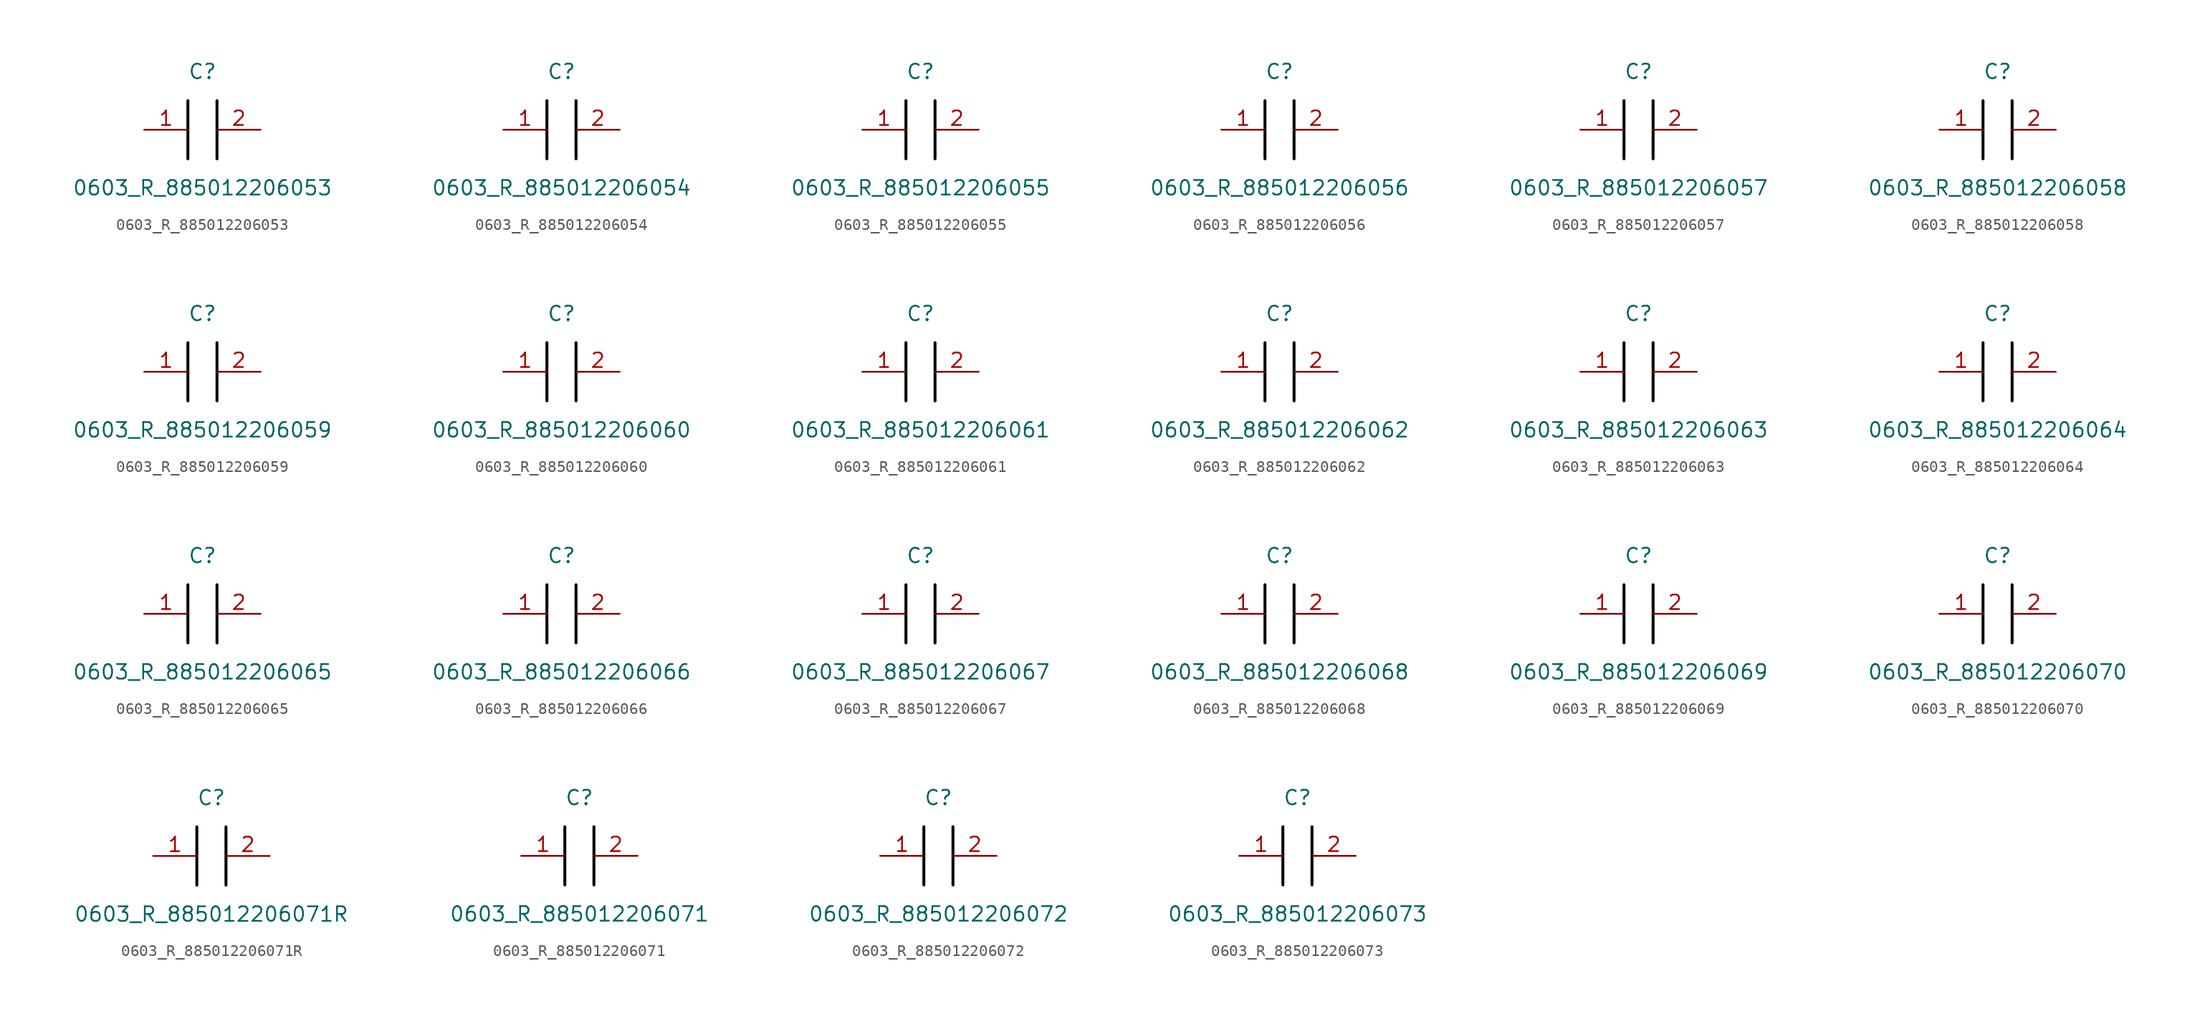
<source format=kicad_sym>
(kicad_symbol_lib
  (version 20220914)
  (generator kicad_symbol_editor)
  (symbol "0603_R_885012206053"
    (pin_names hide)
    (property "Reference" "C"
      (at 0 5.08 0)
      (effects (font (size 1.27 1.27))))
    (property "Value" "0603_R_885012206053"
      (at 0 -5.08 0)
      (effects (font (size 1.27 1.27))))
    (symbol "0603_R_885012206053_1_1"
      (polyline (pts (xy -1.27 2.54) (xy -1.27 -2.54)) (stroke (width 0.254) (type default) (color 0 0 0 1)) (fill (type none)))
      (polyline (pts (xy 1.27 2.54) (xy 1.27 -2.54)) (stroke (width 0.254) (type default) (color 0 0 0 1)) (fill (type none)))
      (pin passive line (at -5.08 0 0) (length 3.81) (name "1" (effects (font (size 1.27 1.27)))) (number "1" (effects (font (size 1.27 1.27)))))
      (pin passive line (at 5.08 0 180) (length 3.81) (name "2" (effects (font (size 1.27 1.27)))) (number "2" (effects (font (size 1.27 1.27)))))))
  (symbol "0603_R_885012206054"
    (pin_names hide)
    (property "Reference" "C"
      (at 0 5.08 0)
      (effects (font (size 1.27 1.27))))
    (property "Value" "0603_R_885012206054"
      (at 0 -5.08 0)
      (effects (font (size 1.27 1.27))))
    (symbol "0603_R_885012206054_1_1"
      (polyline (pts (xy -1.27 2.54) (xy -1.27 -2.54)) (stroke (width 0.254) (type default) (color 0 0 0 1)) (fill (type none)))
      (polyline (pts (xy 1.27 2.54) (xy 1.27 -2.54)) (stroke (width 0.254) (type default) (color 0 0 0 1)) (fill (type none)))
      (pin passive line (at -5.08 0 0) (length 3.81) (name "1" (effects (font (size 1.27 1.27)))) (number "1" (effects (font (size 1.27 1.27)))))
      (pin passive line (at 5.08 0 180) (length 3.81) (name "2" (effects (font (size 1.27 1.27)))) (number "2" (effects (font (size 1.27 1.27)))))))
  (symbol "0603_R_885012206055"
    (pin_names hide)
    (property "Reference" "C"
      (at 0 5.08 0)
      (effects (font (size 1.27 1.27))))
    (property "Value" "0603_R_885012206055"
      (at 0 -5.08 0)
      (effects (font (size 1.27 1.27))))
    (symbol "0603_R_885012206055_1_1"
      (polyline (pts (xy -1.27 2.54) (xy -1.27 -2.54)) (stroke (width 0.254) (type default) (color 0 0 0 1)) (fill (type none)))
      (polyline (pts (xy 1.27 2.54) (xy 1.27 -2.54)) (stroke (width 0.254) (type default) (color 0 0 0 1)) (fill (type none)))
      (pin passive line (at -5.08 0 0) (length 3.81) (name "1" (effects (font (size 1.27 1.27)))) (number "1" (effects (font (size 1.27 1.27)))))
      (pin passive line (at 5.08 0 180) (length 3.81) (name "2" (effects (font (size 1.27 1.27)))) (number "2" (effects (font (size 1.27 1.27)))))))
  (symbol "0603_R_885012206056"
    (pin_names hide)
    (property "Reference" "C"
      (at 0 5.08 0)
      (effects (font (size 1.27 1.27))))
    (property "Value" "0603_R_885012206056"
      (at 0 -5.08 0)
      (effects (font (size 1.27 1.27))))
    (symbol "0603_R_885012206056_1_1"
      (polyline (pts (xy -1.27 2.54) (xy -1.27 -2.54)) (stroke (width 0.254) (type default) (color 0 0 0 1)) (fill (type none)))
      (polyline (pts (xy 1.27 2.54) (xy 1.27 -2.54)) (stroke (width 0.254) (type default) (color 0 0 0 1)) (fill (type none)))
      (pin passive line (at -5.08 0 0) (length 3.81) (name "1" (effects (font (size 1.27 1.27)))) (number "1" (effects (font (size 1.27 1.27)))))
      (pin passive line (at 5.08 0 180) (length 3.81) (name "2" (effects (font (size 1.27 1.27)))) (number "2" (effects (font (size 1.27 1.27)))))))
  (symbol "0603_R_885012206057"
    (pin_names hide)
    (property "Reference" "C"
      (at 0 5.08 0)
      (effects (font (size 1.27 1.27))))
    (property "Value" "0603_R_885012206057"
      (at 0 -5.08 0)
      (effects (font (size 1.27 1.27))))
    (symbol "0603_R_885012206057_1_1"
      (polyline (pts (xy -1.27 2.54) (xy -1.27 -2.54)) (stroke (width 0.254) (type default) (color 0 0 0 1)) (fill (type none)))
      (polyline (pts (xy 1.27 2.54) (xy 1.27 -2.54)) (stroke (width 0.254) (type default) (color 0 0 0 1)) (fill (type none)))
      (pin passive line (at -5.08 0 0) (length 3.81) (name "1" (effects (font (size 1.27 1.27)))) (number "1" (effects (font (size 1.27 1.27)))))
      (pin passive line (at 5.08 0 180) (length 3.81) (name "2" (effects (font (size 1.27 1.27)))) (number "2" (effects (font (size 1.27 1.27)))))))
  (symbol "0603_R_885012206058"
    (pin_names hide)
    (property "Reference" "C"
      (at 0 5.08 0)
      (effects (font (size 1.27 1.27))))
    (property "Value" "0603_R_885012206058"
      (at 0 -5.08 0)
      (effects (font (size 1.27 1.27))))
    (symbol "0603_R_885012206058_1_1"
      (polyline (pts (xy -1.27 2.54) (xy -1.27 -2.54)) (stroke (width 0.254) (type default) (color 0 0 0 1)) (fill (type none)))
      (polyline (pts (xy 1.27 2.54) (xy 1.27 -2.54)) (stroke (width 0.254) (type default) (color 0 0 0 1)) (fill (type none)))
      (pin passive line (at -5.08 0 0) (length 3.81) (name "1" (effects (font (size 1.27 1.27)))) (number "1" (effects (font (size 1.27 1.27)))))
      (pin passive line (at 5.08 0 180) (length 3.81) (name "2" (effects (font (size 1.27 1.27)))) (number "2" (effects (font (size 1.27 1.27)))))))
  (symbol "0603_R_885012206059"
    (pin_names hide)
    (property "Reference" "C"
      (at 0 5.08 0)
      (effects (font (size 1.27 1.27))))
    (property "Value" "0603_R_885012206059"
      (at 0 -5.08 0)
      (effects (font (size 1.27 1.27))))
    (symbol "0603_R_885012206059_1_1"
      (polyline (pts (xy -1.27 2.54) (xy -1.27 -2.54)) (stroke (width 0.254) (type default) (color 0 0 0 1)) (fill (type none)))
      (polyline (pts (xy 1.27 2.54) (xy 1.27 -2.54)) (stroke (width 0.254) (type default) (color 0 0 0 1)) (fill (type none)))
      (pin passive line (at -5.08 0 0) (length 3.81) (name "1" (effects (font (size 1.27 1.27)))) (number "1" (effects (font (size 1.27 1.27)))))
      (pin passive line (at 5.08 0 180) (length 3.81) (name "2" (effects (font (size 1.27 1.27)))) (number "2" (effects (font (size 1.27 1.27)))))))
  (symbol "0603_R_885012206060"
    (pin_names hide)
    (property "Reference" "C"
      (at 0 5.08 0)
      (effects (font (size 1.27 1.27))))
    (property "Value" "0603_R_885012206060"
      (at 0 -5.08 0)
      (effects (font (size 1.27 1.27))))
    (symbol "0603_R_885012206060_1_1"
      (polyline (pts (xy -1.27 2.54) (xy -1.27 -2.54)) (stroke (width 0.254) (type default) (color 0 0 0 1)) (fill (type none)))
      (polyline (pts (xy 1.27 2.54) (xy 1.27 -2.54)) (stroke (width 0.254) (type default) (color 0 0 0 1)) (fill (type none)))
      (pin passive line (at -5.08 0 0) (length 3.81) (name "1" (effects (font (size 1.27 1.27)))) (number "1" (effects (font (size 1.27 1.27)))))
      (pin passive line (at 5.08 0 180) (length 3.81) (name "2" (effects (font (size 1.27 1.27)))) (number "2" (effects (font (size 1.27 1.27)))))))
  (symbol "0603_R_885012206061"
    (pin_names hide)
    (property "Reference" "C"
      (at 0 5.08 0)
      (effects (font (size 1.27 1.27))))
    (property "Value" "0603_R_885012206061"
      (at 0 -5.08 0)
      (effects (font (size 1.27 1.27))))
    (symbol "0603_R_885012206061_1_1"
      (polyline (pts (xy -1.27 2.54) (xy -1.27 -2.54)) (stroke (width 0.254) (type default) (color 0 0 0 1)) (fill (type none)))
      (polyline (pts (xy 1.27 2.54) (xy 1.27 -2.54)) (stroke (width 0.254) (type default) (color 0 0 0 1)) (fill (type none)))
      (pin passive line (at -5.08 0 0) (length 3.81) (name "1" (effects (font (size 1.27 1.27)))) (number "1" (effects (font (size 1.27 1.27)))))
      (pin passive line (at 5.08 0 180) (length 3.81) (name "2" (effects (font (size 1.27 1.27)))) (number "2" (effects (font (size 1.27 1.27)))))))
  (symbol "0603_R_885012206062"
    (pin_names hide)
    (property "Reference" "C"
      (at 0 5.08 0)
      (effects (font (size 1.27 1.27))))
    (property "Value" "0603_R_885012206062"
      (at 0 -5.08 0)
      (effects (font (size 1.27 1.27))))
    (symbol "0603_R_885012206062_1_1"
      (polyline (pts (xy -1.27 2.54) (xy -1.27 -2.54)) (stroke (width 0.254) (type default) (color 0 0 0 1)) (fill (type none)))
      (polyline (pts (xy 1.27 2.54) (xy 1.27 -2.54)) (stroke (width 0.254) (type default) (color 0 0 0 1)) (fill (type none)))
      (pin passive line (at -5.08 0 0) (length 3.81) (name "1" (effects (font (size 1.27 1.27)))) (number "1" (effects (font (size 1.27 1.27)))))
      (pin passive line (at 5.08 0 180) (length 3.81) (name "2" (effects (font (size 1.27 1.27)))) (number "2" (effects (font (size 1.27 1.27)))))))
  (symbol "0603_R_885012206063"
    (pin_names hide)
    (property "Reference" "C"
      (at 0 5.08 0)
      (effects (font (size 1.27 1.27))))
    (property "Value" "0603_R_885012206063"
      (at 0 -5.08 0)
      (effects (font (size 1.27 1.27))))
    (symbol "0603_R_885012206063_1_1"
      (polyline (pts (xy -1.27 2.54) (xy -1.27 -2.54)) (stroke (width 0.254) (type default) (color 0 0 0 1)) (fill (type none)))
      (polyline (pts (xy 1.27 2.54) (xy 1.27 -2.54)) (stroke (width 0.254) (type default) (color 0 0 0 1)) (fill (type none)))
      (pin passive line (at -5.08 0 0) (length 3.81) (name "1" (effects (font (size 1.27 1.27)))) (number "1" (effects (font (size 1.27 1.27)))))
      (pin passive line (at 5.08 0 180) (length 3.81) (name "2" (effects (font (size 1.27 1.27)))) (number "2" (effects (font (size 1.27 1.27)))))))
  (symbol "0603_R_885012206064"
    (pin_names hide)
    (property "Reference" "C"
      (at 0 5.08 0)
      (effects (font (size 1.27 1.27))))
    (property "Value" "0603_R_885012206064"
      (at 0 -5.08 0)
      (effects (font (size 1.27 1.27))))
    (symbol "0603_R_885012206064_1_1"
      (polyline (pts (xy -1.27 2.54) (xy -1.27 -2.54)) (stroke (width 0.254) (type default) (color 0 0 0 1)) (fill (type none)))
      (polyline (pts (xy 1.27 2.54) (xy 1.27 -2.54)) (stroke (width 0.254) (type default) (color 0 0 0 1)) (fill (type none)))
      (pin passive line (at -5.08 0 0) (length 3.81) (name "1" (effects (font (size 1.27 1.27)))) (number "1" (effects (font (size 1.27 1.27)))))
      (pin passive line (at 5.08 0 180) (length 3.81) (name "2" (effects (font (size 1.27 1.27)))) (number "2" (effects (font (size 1.27 1.27)))))))
  (symbol "0603_R_885012206065"
    (pin_names hide)
    (property "Reference" "C"
      (at 0 5.08 0)
      (effects (font (size 1.27 1.27))))
    (property "Value" "0603_R_885012206065"
      (at 0 -5.08 0)
      (effects (font (size 1.27 1.27))))
    (symbol "0603_R_885012206065_1_1"
      (polyline (pts (xy -1.27 2.54) (xy -1.27 -2.54)) (stroke (width 0.254) (type default) (color 0 0 0 1)) (fill (type none)))
      (polyline (pts (xy 1.27 2.54) (xy 1.27 -2.54)) (stroke (width 0.254) (type default) (color 0 0 0 1)) (fill (type none)))
      (pin passive line (at -5.08 0 0) (length 3.81) (name "1" (effects (font (size 1.27 1.27)))) (number "1" (effects (font (size 1.27 1.27)))))
      (pin passive line (at 5.08 0 180) (length 3.81) (name "2" (effects (font (size 1.27 1.27)))) (number "2" (effects (font (size 1.27 1.27)))))))
  (symbol "0603_R_885012206066"
    (pin_names hide)
    (property "Reference" "C"
      (at 0 5.08 0)
      (effects (font (size 1.27 1.27))))
    (property "Value" "0603_R_885012206066"
      (at 0 -5.08 0)
      (effects (font (size 1.27 1.27))))
    (symbol "0603_R_885012206066_1_1"
      (polyline (pts (xy -1.27 2.54) (xy -1.27 -2.54)) (stroke (width 0.254) (type default) (color 0 0 0 1)) (fill (type none)))
      (polyline (pts (xy 1.27 2.54) (xy 1.27 -2.54)) (stroke (width 0.254) (type default) (color 0 0 0 1)) (fill (type none)))
      (pin passive line (at -5.08 0 0) (length 3.81) (name "1" (effects (font (size 1.27 1.27)))) (number "1" (effects (font (size 1.27 1.27)))))
      (pin passive line (at 5.08 0 180) (length 3.81) (name "2" (effects (font (size 1.27 1.27)))) (number "2" (effects (font (size 1.27 1.27)))))))
  (symbol "0603_R_885012206067"
    (pin_names hide)
    (property "Reference" "C"
      (at 0 5.08 0)
      (effects (font (size 1.27 1.27))))
    (property "Value" "0603_R_885012206067"
      (at 0 -5.08 0)
      (effects (font (size 1.27 1.27))))
    (symbol "0603_R_885012206067_1_1"
      (polyline (pts (xy -1.27 2.54) (xy -1.27 -2.54)) (stroke (width 0.254) (type default) (color 0 0 0 1)) (fill (type none)))
      (polyline (pts (xy 1.27 2.54) (xy 1.27 -2.54)) (stroke (width 0.254) (type default) (color 0 0 0 1)) (fill (type none)))
      (pin passive line (at -5.08 0 0) (length 3.81) (name "1" (effects (font (size 1.27 1.27)))) (number "1" (effects (font (size 1.27 1.27)))))
      (pin passive line (at 5.08 0 180) (length 3.81) (name "2" (effects (font (size 1.27 1.27)))) (number "2" (effects (font (size 1.27 1.27)))))))
  (symbol "0603_R_885012206068"
    (pin_names hide)
    (property "Reference" "C"
      (at 0 5.08 0)
      (effects (font (size 1.27 1.27))))
    (property "Value" "0603_R_885012206068"
      (at 0 -5.08 0)
      (effects (font (size 1.27 1.27))))
    (symbol "0603_R_885012206068_1_1"
      (polyline (pts (xy -1.27 2.54) (xy -1.27 -2.54)) (stroke (width 0.254) (type default) (color 0 0 0 1)) (fill (type none)))
      (polyline (pts (xy 1.27 2.54) (xy 1.27 -2.54)) (stroke (width 0.254) (type default) (color 0 0 0 1)) (fill (type none)))
      (pin passive line (at -5.08 0 0) (length 3.81) (name "1" (effects (font (size 1.27 1.27)))) (number "1" (effects (font (size 1.27 1.27)))))
      (pin passive line (at 5.08 0 180) (length 3.81) (name "2" (effects (font (size 1.27 1.27)))) (number "2" (effects (font (size 1.27 1.27)))))))
  (symbol "0603_R_885012206069"
    (pin_names hide)
    (property "Reference" "C"
      (at 0 5.08 0)
      (effects (font (size 1.27 1.27))))
    (property "Value" "0603_R_885012206069"
      (at 0 -5.08 0)
      (effects (font (size 1.27 1.27))))
    (symbol "0603_R_885012206069_1_1"
      (polyline (pts (xy -1.27 2.54) (xy -1.27 -2.54)) (stroke (width 0.254) (type default) (color 0 0 0 1)) (fill (type none)))
      (polyline (pts (xy 1.27 2.54) (xy 1.27 -2.54)) (stroke (width 0.254) (type default) (color 0 0 0 1)) (fill (type none)))
      (pin passive line (at -5.08 0 0) (length 3.81) (name "1" (effects (font (size 1.27 1.27)))) (number "1" (effects (font (size 1.27 1.27)))))
      (pin passive line (at 5.08 0 180) (length 3.81) (name "2" (effects (font (size 1.27 1.27)))) (number "2" (effects (font (size 1.27 1.27)))))))
  (symbol "0603_R_885012206070"
    (pin_names hide)
    (property "Reference" "C"
      (at 0 5.08 0)
      (effects (font (size 1.27 1.27))))
    (property "Value" "0603_R_885012206070"
      (at 0 -5.08 0)
      (effects (font (size 1.27 1.27))))
    (symbol "0603_R_885012206070_1_1"
      (polyline (pts (xy -1.27 2.54) (xy -1.27 -2.54)) (stroke (width 0.254) (type default) (color 0 0 0 1)) (fill (type none)))
      (polyline (pts (xy 1.27 2.54) (xy 1.27 -2.54)) (stroke (width 0.254) (type default) (color 0 0 0 1)) (fill (type none)))
      (pin passive line (at -5.08 0 0) (length 3.81) (name "1" (effects (font (size 1.27 1.27)))) (number "1" (effects (font (size 1.27 1.27)))))
      (pin passive line (at 5.08 0 180) (length 3.81) (name "2" (effects (font (size 1.27 1.27)))) (number "2" (effects (font (size 1.27 1.27)))))))
  (symbol "0603_R_885012206071R"
    (pin_names hide)
    (property "Reference" "C"
      (at 0 5.08 0)
      (effects (font (size 1.27 1.27))))
    (property "Value" "0603_R_885012206071R"
      (at 0 -5.08 0)
      (effects (font (size 1.27 1.27))))
    (symbol "0603_R_885012206071R_1_1"
      (polyline (pts (xy -1.27 2.54) (xy -1.27 -2.54)) (stroke (width 0.254) (type default) (color 0 0 0 1)) (fill (type none)))
      (polyline (pts (xy 1.27 2.54) (xy 1.27 -2.54)) (stroke (width 0.254) (type default) (color 0 0 0 1)) (fill (type none)))
      (pin passive line (at -5.08 0 0) (length 3.81) (name "1" (effects (font (size 1.27 1.27)))) (number "1" (effects (font (size 1.27 1.27)))))
      (pin passive line (at 5.08 0 180) (length 3.81) (name "2" (effects (font (size 1.27 1.27)))) (number "2" (effects (font (size 1.27 1.27)))))))
  (symbol "0603_R_885012206071"
    (pin_names hide)
    (property "Reference" "C"
      (at 0 5.08 0)
      (effects (font (size 1.27 1.27))))
    (property "Value" "0603_R_885012206071"
      (at 0 -5.08 0)
      (effects (font (size 1.27 1.27))))
    (symbol "0603_R_885012206071_1_1"
      (polyline (pts (xy -1.27 2.54) (xy -1.27 -2.54)) (stroke (width 0.254) (type default) (color 0 0 0 1)) (fill (type none)))
      (polyline (pts (xy 1.27 2.54) (xy 1.27 -2.54)) (stroke (width 0.254) (type default) (color 0 0 0 1)) (fill (type none)))
      (pin passive line (at -5.08 0 0) (length 3.81) (name "1" (effects (font (size 1.27 1.27)))) (number "1" (effects (font (size 1.27 1.27)))))
      (pin passive line (at 5.08 0 180) (length 3.81) (name "2" (effects (font (size 1.27 1.27)))) (number "2" (effects (font (size 1.27 1.27)))))))
  (symbol "0603_R_885012206072"
    (pin_names hide)
    (property "Reference" "C"
      (at 0 5.08 0)
      (effects (font (size 1.27 1.27))))
    (property "Value" "0603_R_885012206072"
      (at 0 -5.08 0)
      (effects (font (size 1.27 1.27))))
    (symbol "0603_R_885012206072_1_1"
      (polyline (pts (xy -1.27 2.54) (xy -1.27 -2.54)) (stroke (width 0.254) (type default) (color 0 0 0 1)) (fill (type none)))
      (polyline (pts (xy 1.27 2.54) (xy 1.27 -2.54)) (stroke (width 0.254) (type default) (color 0 0 0 1)) (fill (type none)))
      (pin passive line (at -5.08 0 0) (length 3.81) (name "1" (effects (font (size 1.27 1.27)))) (number "1" (effects (font (size 1.27 1.27)))))
      (pin passive line (at 5.08 0 180) (length 3.81) (name "2" (effects (font (size 1.27 1.27)))) (number "2" (effects (font (size 1.27 1.27)))))))
  (symbol "0603_R_885012206073"
    (pin_names hide)
    (property "Reference" "C"
      (at 0 5.08 0)
      (effects (font (size 1.27 1.27))))
    (property "Value" "0603_R_885012206073"
      (at 0 -5.08 0)
      (effects (font (size 1.27 1.27))))
    (symbol "0603_R_885012206073_1_1"
      (polyline (pts (xy -1.27 2.54) (xy -1.27 -2.54)) (stroke (width 0.254) (type default) (color 0 0 0 1)) (fill (type none)))
      (polyline (pts (xy 1.27 2.54) (xy 1.27 -2.54)) (stroke (width 0.254) (type default) (color 0 0 0 1)) (fill (type none)))
      (pin passive line (at -5.08 0 0) (length 3.81) (name "1" (effects (font (size 1.27 1.27)))) (number "1" (effects (font (size 1.27 1.27)))))
      (pin passive line (at 5.08 0 180) (length 3.81) (name "2" (effects (font (size 1.27 1.27)))) (number "2" (effects (font (size 1.27 1.27))))))))
</source>
